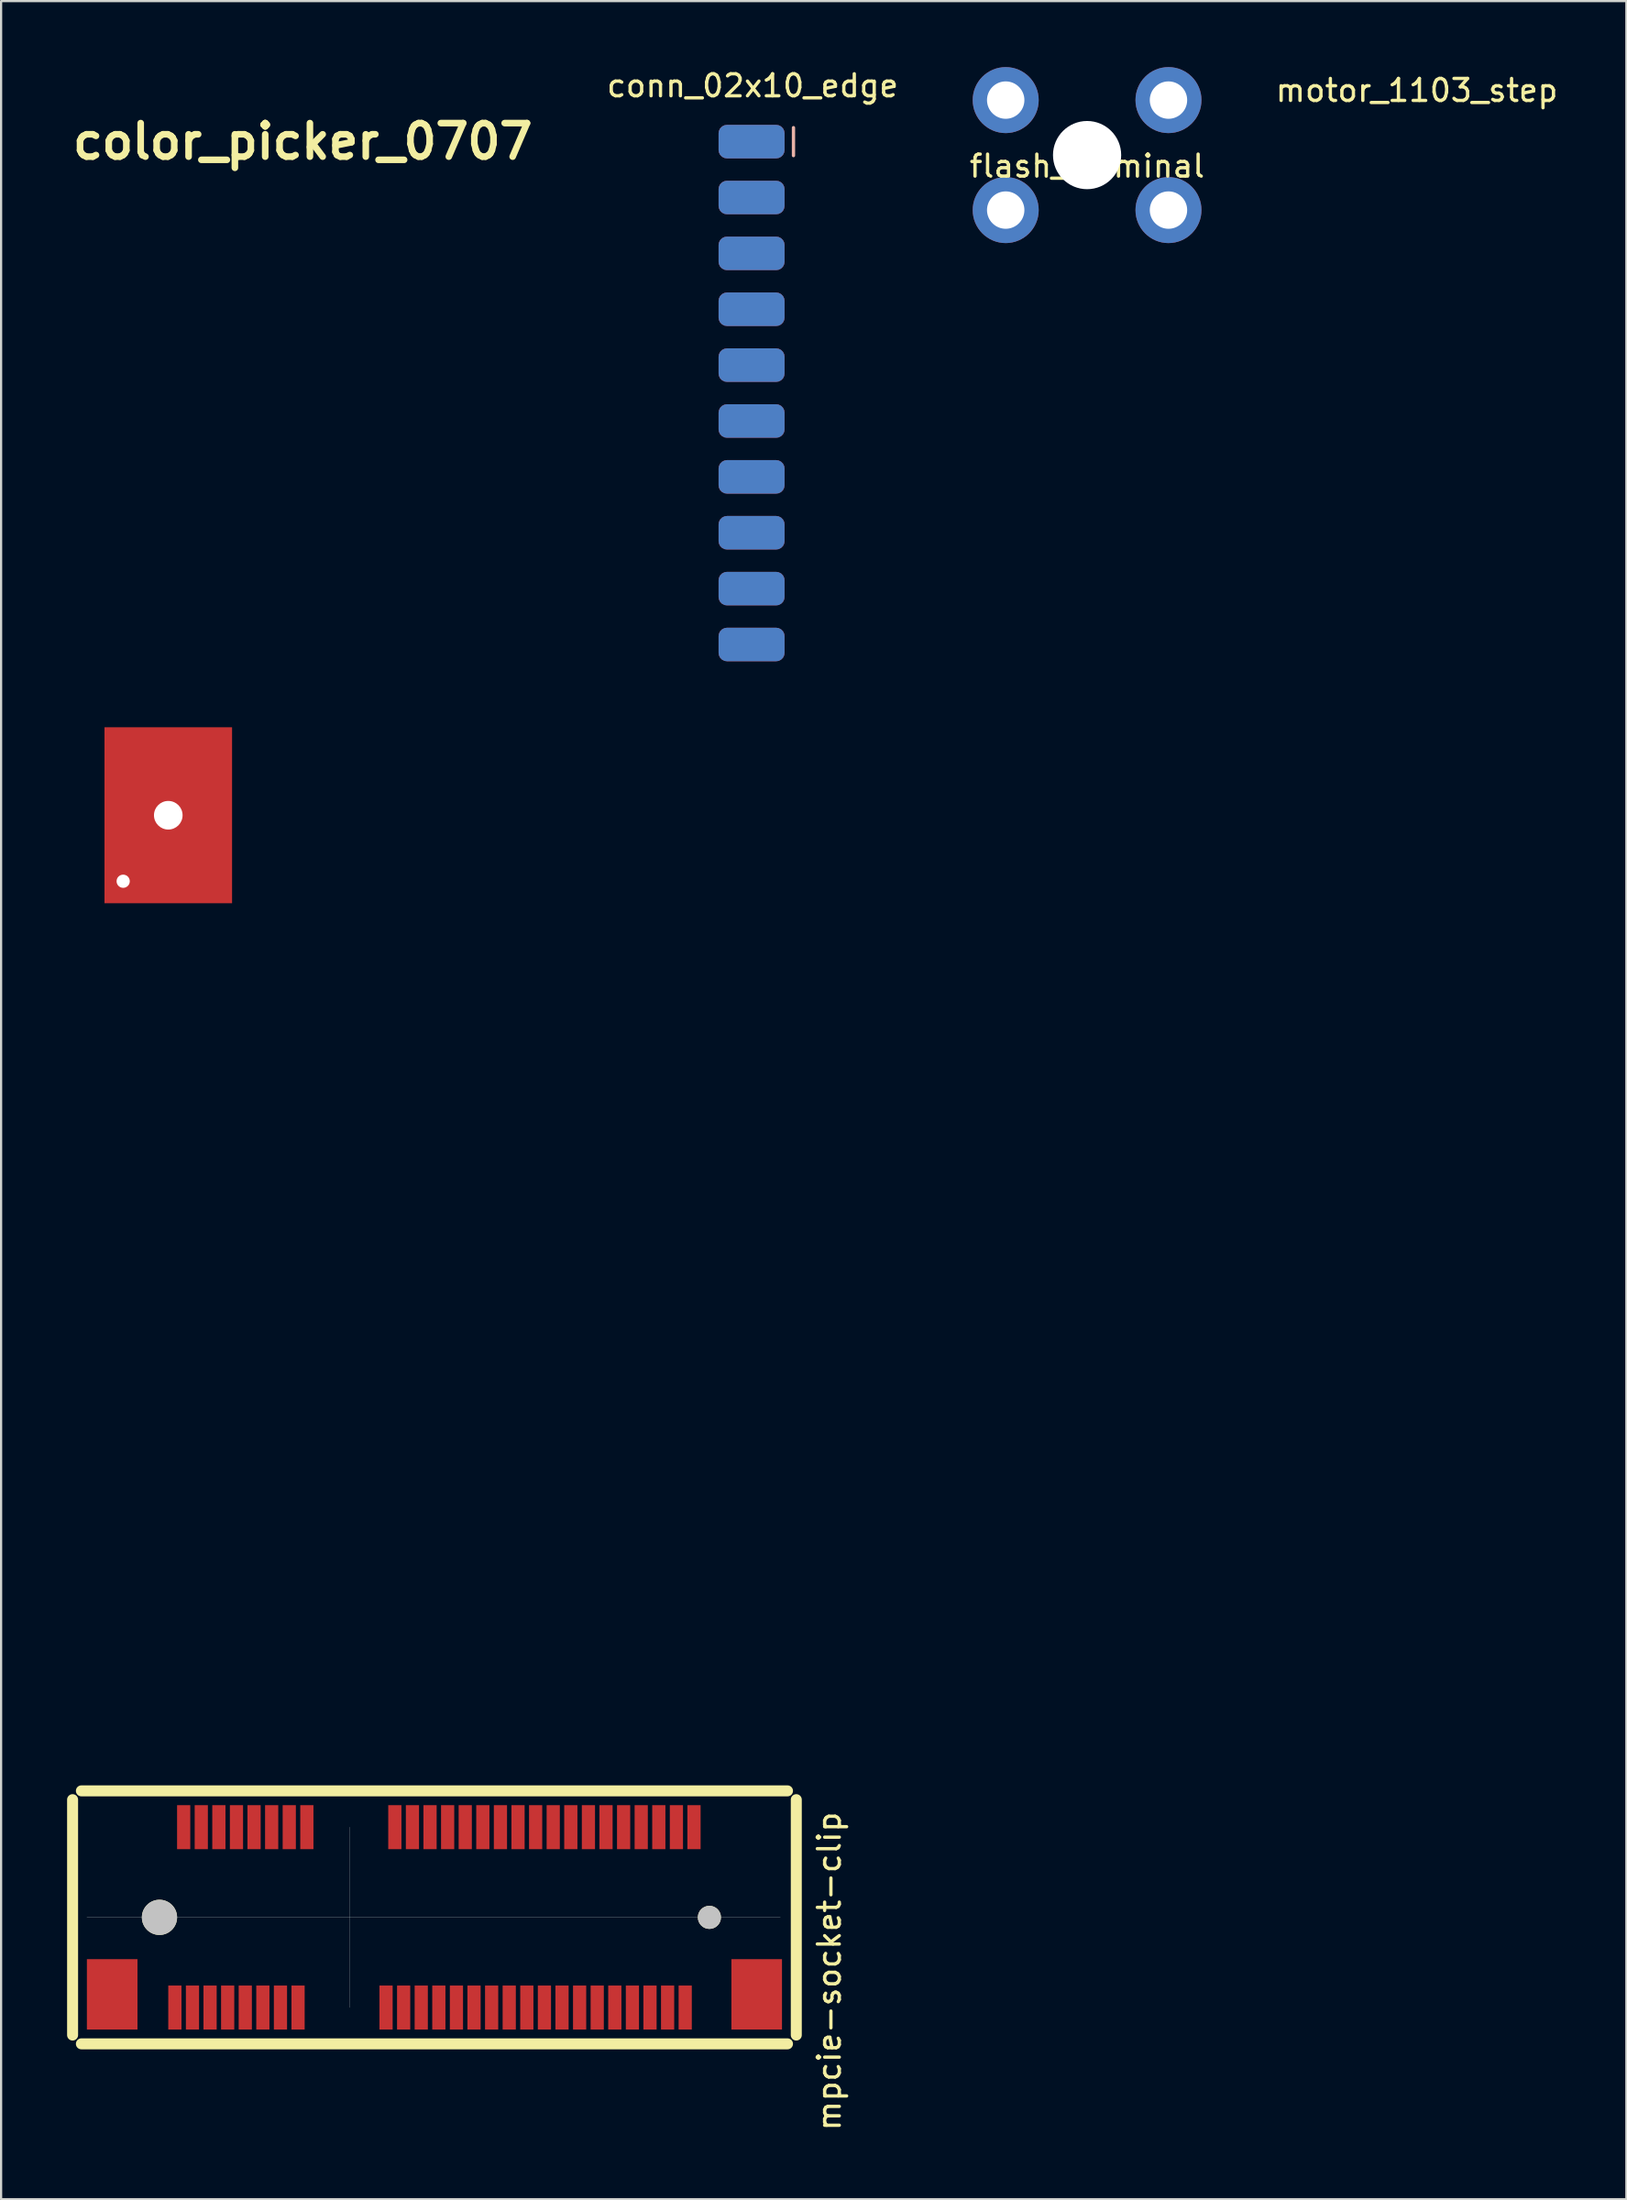
<source format=kicad_pcb>
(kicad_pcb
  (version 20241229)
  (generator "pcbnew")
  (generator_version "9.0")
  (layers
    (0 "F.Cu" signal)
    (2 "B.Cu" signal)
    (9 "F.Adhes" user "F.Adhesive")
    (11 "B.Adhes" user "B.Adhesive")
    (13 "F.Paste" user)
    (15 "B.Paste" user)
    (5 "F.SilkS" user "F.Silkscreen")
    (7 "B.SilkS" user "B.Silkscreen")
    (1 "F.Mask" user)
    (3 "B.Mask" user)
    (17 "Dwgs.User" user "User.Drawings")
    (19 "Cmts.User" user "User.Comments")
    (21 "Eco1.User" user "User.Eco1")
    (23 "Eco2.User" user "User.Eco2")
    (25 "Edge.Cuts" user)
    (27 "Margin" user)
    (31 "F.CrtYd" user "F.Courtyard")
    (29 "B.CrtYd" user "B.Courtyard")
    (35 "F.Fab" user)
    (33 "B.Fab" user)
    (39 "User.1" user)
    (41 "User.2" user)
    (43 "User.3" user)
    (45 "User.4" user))
  (footprint "color_picker_0707"
    (layer "F.Cu")
    (at 10.712 3.381)
    (property "Reference" "color_picker_0707" (at 0 0 0) (layer "F.SilkS") (effects (font (size 1.524 1.524) (thickness 0.3))))
    (attr through_hole)
    (fp_poly (pts (xy 2.515 -3.366) (xy 2.598 -3.346) (xy 2.809 -3.264) (xy 3 -3.132) (xy 3.164 -2.958) (xy 3.294 -2.746) (xy 3.298 -2.738) (xy 3.339 -2.64) (xy 3.362 -2.547) (xy 3.371 -2.434) (xy 3.373 -2.357) (xy 3.37 -2.253) (xy 3.358 -2.161) (xy 3.334 -2.074) (xy 3.294 -1.986) (xy 3.233 -1.891) (xy 3.147 -1.783) (xy 3.033 -1.655) (xy 2.885 -1.501) (xy 2.701 -1.315) (xy 2.692 -1.306) (xy 2.179 -0.791) (xy 2.232 -0.686) (xy 2.268 -0.603) (xy 2.282 -0.53) (xy 2.271 -0.458) (xy 2.229 -0.379) (xy 2.155 -0.284) (xy 2.043 -0.166) (xy 1.956 -0.08) (xy 1.811 0.054) (xy 1.692 0.143) (xy 1.591 0.189) (xy 1.5 0.193) (xy 1.413 0.158) (xy 1.322 0.083) (xy 1.289 0.051) (xy 1.181 -0.064) (xy -0.038 1.148) (xy -0.339 1.447) (xy -0.603 1.709) (xy -0.832 1.936) (xy -1.029 2.131) (xy -1.197 2.296) (xy -1.338 2.433) (xy -1.454 2.546) (xy -1.549 2.636) (xy -1.624 2.707) (xy -1.683 2.76) (xy -1.728 2.799) (xy -1.75 2.816) (xy -1.848 2.881) (xy -1.97 2.946) (xy -2.094 3) (xy -2.197 3.032) (xy -2.204 3.034) (xy -2.273 3.053) (xy -2.359 3.09) (xy -2.47 3.15) (xy -2.615 3.236) (xy -2.691 3.282) (xy -2.85 3.356) (xy -2.999 3.375) (xy -3.087 3.359) (xy -3.204 3.296) (xy -3.301 3.197) (xy -3.366 3.077) (xy -3.383 2.983) (xy -3.042 2.983) (xy -3.021 3.035) (xy -2.961 3.053) (xy -2.868 3.032) (xy -2.746 2.97) (xy -2.74 2.966) (xy -2.653 2.913) (xy -2.557 2.863) (xy -2.441 2.809) (xy -2.293 2.746) (xy -2.16 2.692) (xy -2.046 2.639) (xy -1.941 2.574) (xy -1.83 2.484) (xy -1.738 2.4) (xy -1.652 2.318) (xy -1.538 2.206) (xy -1.399 2.07) (xy -1.24 1.913) (xy -1.065 1.739) (xy -0.877 1.552) (xy -0.68 1.356) (xy -0.48 1.155) (xy -0.278 0.953) (xy -0.08 0.754) (xy 0.11 0.563) (xy 0.29 0.382) (xy 0.453 0.216) (xy 0.598 0.069) (xy 0.719 -0.054) (xy 0.813 -0.151) (xy 0.875 -0.217) (xy 0.902 -0.248) (xy 0.903 -0.25) (xy 0.884 -0.277) (xy 0.832 -0.337) (xy 0.754 -0.422) (xy 0.656 -0.525) (xy 0.59 -0.593) (xy 0.277 -0.913) (xy -1.157 0.524) (xy -1.438 0.806) (xy -1.682 1.051) (xy -1.891 1.263) (xy -2.069 1.444) (xy -2.218 1.598) (xy -2.342 1.728) (xy -2.442 1.838) (xy -2.521 1.93) (xy -2.583 2.007) (xy -2.63 2.074) (xy -2.664 2.133) (xy -2.69 2.187) (xy -2.708 2.24) (xy -2.723 2.295) (xy -2.737 2.354) (xy -2.738 2.356) (xy -2.797 2.535) (xy -2.899 2.715) (xy -2.954 2.791) (xy -3.022 2.901) (xy -3.042 2.983) (xy -3.383 2.983) (xy -3.387 2.966) (xy -3.377 2.884) (xy -3.346 2.793) (xy -3.288 2.683) (xy -3.215 2.568) (xy -3.152 2.459) (xy -3.087 2.326) (xy -3.038 2.204) (xy -2.99 2.081) (xy -2.937 1.96) (xy -2.89 1.866) (xy -2.89 1.866) (xy -2.855 1.82) (xy -2.782 1.737) (xy -2.673 1.62) (xy -2.531 1.469) (xy -2.357 1.289) (xy -2.153 1.08) (xy -1.923 0.845) (xy -1.667 0.586) (xy -1.389 0.306) (xy -1.367 0.284) (xy 0.082 -1.167) (xy -0.044 -1.284) (xy -0.132 -1.384) (xy -0.17 -1.48) (xy -0.162 -1.588) (xy -0.142 -1.648) (xy -0.106 -1.707) (xy -0.038 -1.792) (xy 0.052 -1.889) (xy 0.151 -1.988) (xy 0.249 -2.078) (xy 0.334 -2.146) (xy 0.35 -2.157) (xy 0.454 -2.213) (xy 0.549 -2.226) (xy 0.658 -2.199) (xy 0.687 -2.187) (xy 0.756 -2.16) (xy 0.801 -2.146) (xy 0.806 -2.145) (xy 0.83 -2.164) (xy 0.888 -2.218) (xy 0.975 -2.301) (xy 1.084 -2.407) (xy 1.211 -2.532) (xy 1.308 -2.629) (xy 1.496 -2.814) (xy 1.652 -2.963) (xy 1.782 -3.08) (xy 1.893 -3.17) (xy 1.99 -3.237) (xy 2.08 -3.286) (xy 2.169 -3.321) (xy 2.251 -3.345) (xy 2.356 -3.369) (xy 2.434 -3.376) (xy 2.515 -3.366)) (stroke (width 0.01) (type solid)) (fill yes) (layer "F.Mask")))
  (footprint "motor_1103_step"
    (layer "F.Cu")
    (at 61.358 0.56)
    (property "Reference" "motor_1103_step" (at 0 0.5 0) (layer "F.SilkS") (effects (font (size 1 1) (thickness 0.15))))
    (attr through_hole)
    (fp_circle (center 0 0) (end 0.5 0) (stroke (width 0.12) (type solid)) (fill no) (layer "Eco1.User")))
  (footprint "flash_terminal"
    (layer "F.Cu")
    (at 46.37 4)
    (property "Reference" "flash_terminal" (at 0 0.5 0) (layer "F.SilkS") (effects (font (size 1 1) (thickness 0.15))))
    (attr through_hole)
    (fp_line (start 0 -3.65) (end 0 -1.75) (stroke (width 0.12) (type solid)) (layer "Eco1.User"))
    (fp_line (start 0 1.75) (end 0 3.65) (stroke (width 0.12) (type solid)) (layer "Eco1.User"))
    (pad "" np_thru_hole circle (at 0 0) (size 3.1 3.1) (drill 3.1) (layers "*.Cu" "*.Mask"))
    (pad "1" thru_hole circle (at -3.7 -2.5) (size 3 3) (drill 1.7) (layers "*.Cu" "*.Mask"))
    (pad "1" thru_hole circle (at -3.7 2.5) (size 3 3) (drill 1.7) (layers "*.Cu" "*.Mask"))
    (pad "1" thru_hole circle (at 3.7 -2.5) (size 3 3) (drill 1.7) (layers "*.Cu" "*.Mask"))
    (pad "1" thru_hole circle (at 3.7 2.5) (size 3 3) (drill 1.7) (layers "*.Cu" "*.Mask")))
  (footprint "conn_02x10_edge"
    (layer "F.Cu")
    (at 31.117 14.818)
    (property "Reference" "conn_02x10_edge" (at 0.05 -13.97 0) (layer "F.SilkS") (effects (font (size 1 1) (thickness 0.15))))
    (attr through_hole)
    (fp_line (start 1.905 -12.065) (end 1.905 -10.795) (stroke (width 0.15) (type solid)) (layer "B.SilkS"))
    (pad "1" smd roundrect (at 0 -11.43) (size 3 1.524) (layers "B.Cu" "B.Mask") (roundrect_rratio 0.25))
    (pad "2" smd roundrect (at 0 -11.43) (size 3 1.524) (layers "F.Cu" "F.Mask") (roundrect_rratio 0.25))
    (pad "3" smd roundrect (at 0 -8.89) (size 3 1.524) (layers "B.Cu" "B.Mask") (roundrect_rratio 0.25))
    (pad "4" smd roundrect (at 0 -8.89) (size 3 1.524) (layers "F.Cu" "F.Mask") (roundrect_rratio 0.25))
    (pad "5" smd roundrect (at 0 -6.35) (size 3 1.524) (layers "B.Cu" "B.Mask") (roundrect_rratio 0.25))
    (pad "6" smd roundrect (at 0 -6.35) (size 3 1.524) (layers "F.Cu" "F.Mask") (roundrect_rratio 0.25))
    (pad "7" smd roundrect (at 0 -3.81) (size 3 1.524) (layers "B.Cu" "B.Mask") (roundrect_rratio 0.25))
    (pad "8" smd roundrect (at 0 -3.81) (size 3 1.524) (layers "F.Cu" "F.Mask") (roundrect_rratio 0.25))
    (pad "9" smd roundrect (at 0 -1.27) (size 3 1.524) (layers "B.Cu" "B.Mask") (roundrect_rratio 0.25))
    (pad "10" smd roundrect (at 0 -1.27) (size 3 1.524) (layers "F.Cu" "F.Mask") (roundrect_rratio 0.25))
    (pad "11" smd roundrect (at 0 1.27) (size 3 1.524) (layers "B.Cu" "B.Mask") (roundrect_rratio 0.25))
    (pad "12" smd roundrect (at 0 1.27) (size 3 1.524) (layers "F.Cu" "F.Mask") (roundrect_rratio 0.25))
    (pad "13" smd roundrect (at 0 3.81) (size 3 1.524) (layers "B.Cu" "B.Mask") (roundrect_rratio 0.25))
    (pad "14" smd roundrect (at 0 3.81) (size 3 1.524) (layers "F.Cu" "F.Mask") (roundrect_rratio 0.25))
    (pad "15" smd roundrect (at 0 6.35) (size 3 1.524) (layers "B.Cu" "B.Mask") (roundrect_rratio 0.25))
    (pad "16" smd roundrect (at 0 6.35) (size 3 1.524) (layers "F.Cu" "F.Mask") (roundrect_rratio 0.25))
    (pad "17" smd roundrect (at 0 8.89) (size 3 1.524) (layers "B.Cu" "B.Mask") (roundrect_rratio 0.25))
    (pad "18" smd roundrect (at 0 8.89) (size 3 1.524) (layers "F.Cu" "F.Mask") (roundrect_rratio 0.25))
    (pad "19" smd roundrect (at 0 11.43) (size 3 1.524) (layers "B.Cu" "B.Mask") (roundrect_rratio 0.25))
    (pad "20" smd roundrect (at 0 11.43) (size 3 1.524) (layers "F.Cu" "F.Mask") (roundrect_rratio 0.25)))
  (footprint "mpcie-socket-clip"
    (layer "F.Cu")
    (at 4.2 84.11)
    (property "Reference" "mpcie-socket-clip" (at 30.45 2.45 90) (layer "F.SilkS") (effects (font (size 1 1) (thickness 0.15))))
    (attr through_hole)
    (fp_line (start -3.95 -5.35) (end -3.95 5.35) (stroke (width 0.5) (type solid)) (layer "F.SilkS"))
    (fp_line (start -3.55 5.75) (end 28.55 5.75) (stroke (width 0.5) (type solid)) (layer "F.SilkS"))
    (fp_line (start 28.55 -5.75) (end -3.55 -5.75) (stroke (width 0.5) (type solid)) (layer "F.SilkS"))
    (fp_line (start 28.95 5.35) (end 28.95 -5.35) (stroke (width 0.5) (type solid)) (layer "F.SilkS"))
    (fp_line (start -3.3 0) (end 28.225 0) (stroke (width 0.01) (type solid)) (layer "Dwgs.User"))
    (fp_line (start 8.65 4.1) (end 8.65 -4.1) (stroke (width 0.01) (type solid)) (layer "Dwgs.User"))
    (pad "" smd rect (at -2.15 3.5) (size 2.3 3.2) (layers "F.Cu" "F.Mask" "F.Paste"))
    (pad "" np_thru_hole rect (at -1.65 -47.1) (size 1 1) (drill 0.6) (layers "F.Cu" "F.Mask"))
    (pad "" connect circle (at 0 0) (size 1.6 1.6) (layers "F.SilkS" "Dwgs.User"))
    (pad "" np_thru_hole rect (at 0.4 -50.1) (size 5.8 8) (drill 1.3) (layers "F.Cu" "F.Mask"))
    (pad "" connect circle (at 25 0) (size 1.05 1.05) (layers "F.SilkS" "Dwgs.User"))
    (pad "" smd rect (at 27.15 3.5) (size 2.3 3.2) (layers "F.Cu" "F.Mask" "F.Paste"))
    (pad "1" smd rect (at 0.7 4.1) (size 0.6 2) (layers "F.Cu" "F.Mask" "F.Paste"))
    (pad "2" smd rect (at 1.1 -4.1) (size 0.6 2) (layers "F.Cu" "F.Mask" "F.Paste"))
    (pad "3" smd rect (at 1.5 4.1) (size 0.6 2) (layers "F.Cu" "F.Mask" "F.Paste"))
    (pad "4" smd rect (at 1.9 -4.1) (size 0.6 2) (layers "F.Cu" "F.Mask" "F.Paste"))
    (pad "5" smd rect (at 2.3 4.1) (size 0.6 2) (layers "F.Cu" "F.Mask" "F.Paste"))
    (pad "6" smd rect (at 2.7 -4.1) (size 0.6 2) (layers "F.Cu" "F.Mask" "F.Paste"))
    (pad "7" smd rect (at 3.1 4.1) (size 0.6 2) (layers "F.Cu" "F.Mask" "F.Paste"))
    (pad "8" smd rect (at 3.5 -4.1) (size 0.6 2) (layers "F.Cu" "F.Mask" "F.Paste"))
    (pad "9" smd rect (at 3.9 4.1) (size 0.6 2) (layers "F.Cu" "F.Mask" "F.Paste"))
    (pad "10" smd rect (at 4.3 -4.1) (size 0.6 2) (layers "F.Cu" "F.Mask" "F.Paste"))
    (pad "11" smd rect (at 4.7 4.1) (size 0.6 2) (layers "F.Cu" "F.Mask" "F.Paste"))
    (pad "12" smd rect (at 5.1 -4.1) (size 0.6 2) (layers "F.Cu" "F.Mask" "F.Paste"))
    (pad "13" smd rect (at 5.5 4.1) (size 0.6 2) (layers "F.Cu" "F.Mask" "F.Paste"))
    (pad "14" smd rect (at 5.9 -4.1) (size 0.6 2) (layers "F.Cu" "F.Mask" "F.Paste"))
    (pad "15" smd rect (at 6.3 4.1) (size 0.6 2) (layers "F.Cu" "F.Mask" "F.Paste"))
    (pad "16" smd rect (at 6.7 -4.1) (size 0.6 2) (layers "F.Cu" "F.Mask" "F.Paste"))
    (pad "17" smd rect (at 10.3 4.1) (size 0.6 2) (layers "F.Cu" "F.Mask" "F.Paste"))
    (pad "18" smd rect (at 10.7 -4.1) (size 0.6 2) (layers "F.Cu" "F.Mask" "F.Paste"))
    (pad "19" smd rect (at 11.1 4.1) (size 0.6 2) (layers "F.Cu" "F.Mask" "F.Paste"))
    (pad "20" smd rect (at 11.5 -4.1) (size 0.6 2) (layers "F.Cu" "F.Mask" "F.Paste"))
    (pad "21" smd rect (at 11.9 4.1) (size 0.6 2) (layers "F.Cu" "F.Mask" "F.Paste"))
    (pad "22" smd rect (at 12.3 -4.1) (size 0.6 2) (layers "F.Cu" "F.Mask" "F.Paste"))
    (pad "23" smd rect (at 12.7 4.1) (size 0.6 2) (layers "F.Cu" "F.Mask" "F.Paste"))
    (pad "24" smd rect (at 13.1 -4.1) (size 0.6 2) (layers "F.Cu" "F.Mask" "F.Paste"))
    (pad "25" smd rect (at 13.5 4.1) (size 0.6 2) (layers "F.Cu" "F.Mask" "F.Paste"))
    (pad "26" smd rect (at 13.9 -4.1) (size 0.6 2) (layers "F.Cu" "F.Mask" "F.Paste"))
    (pad "27" smd rect (at 14.3 4.1) (size 0.6 2) (layers "F.Cu" "F.Mask" "F.Paste"))
    (pad "28" smd rect (at 14.7 -4.1) (size 0.6 2) (layers "F.Cu" "F.Mask" "F.Paste"))
    (pad "29" smd rect (at 15.1 4.1) (size 0.6 2) (layers "F.Cu" "F.Mask" "F.Paste"))
    (pad "30" smd rect (at 15.5 -4.1) (size 0.6 2) (layers "F.Cu" "F.Mask" "F.Paste"))
    (pad "31" smd rect (at 15.9 4.1) (size 0.6 2) (layers "F.Cu" "F.Mask" "F.Paste"))
    (pad "32" smd rect (at 16.3 -4.1) (size 0.6 2) (layers "F.Cu" "F.Mask" "F.Paste"))
    (pad "33" smd rect (at 16.7 4.1) (size 0.6 2) (layers "F.Cu" "F.Mask" "F.Paste"))
    (pad "34" smd rect (at 17.1 -4.1) (size 0.6 2) (layers "F.Cu" "F.Mask" "F.Paste"))
    (pad "35" smd rect (at 17.5 4.1) (size 0.6 2) (layers "F.Cu" "F.Mask" "F.Paste"))
    (pad "36" smd rect (at 17.9 -4.1) (size 0.6 2) (layers "F.Cu" "F.Mask" "F.Paste"))
    (pad "37" smd rect (at 18.3 4.1) (size 0.6 2) (layers "F.Cu" "F.Mask" "F.Paste"))
    (pad "38" smd rect (at 18.7 -4.1) (size 0.6 2) (layers "F.Cu" "F.Mask" "F.Paste"))
    (pad "39" smd rect (at 19.1 4.1) (size 0.6 2) (layers "F.Cu" "F.Mask" "F.Paste"))
    (pad "40" smd rect (at 19.5 -4.1) (size 0.6 2) (layers "F.Cu" "F.Mask" "F.Paste"))
    (pad "41" smd rect (at 19.9 4.1) (size 0.6 2) (layers "F.Cu" "F.Mask" "F.Paste"))
    (pad "42" smd rect (at 20.3 -4.1) (size 0.6 2) (layers "F.Cu" "F.Mask" "F.Paste"))
    (pad "43" smd rect (at 20.7 4.1) (size 0.6 2) (layers "F.Cu" "F.Mask" "F.Paste"))
    (pad "44" smd rect (at 21.1 -4.1) (size 0.6 2) (layers "F.Cu" "F.Mask" "F.Paste"))
    (pad "45" smd rect (at 21.5 4.1) (size 0.6 2) (layers "F.Cu" "F.Mask" "F.Paste"))
    (pad "46" smd rect (at 21.9 -4.1) (size 0.6 2) (layers "F.Cu" "F.Mask" "F.Paste"))
    (pad "47" smd rect (at 22.3 4.1) (size 0.6 2) (layers "F.Cu" "F.Mask" "F.Paste"))
    (pad "48" smd rect (at 22.7 -4.1) (size 0.6 2) (layers "F.Cu" "F.Mask" "F.Paste"))
    (pad "49" smd rect (at 23.1 4.1) (size 0.6 2) (layers "F.Cu" "F.Mask" "F.Paste"))
    (pad "50" smd rect (at 23.5 -4.1) (size 0.6 2) (layers "F.Cu" "F.Mask" "F.Paste"))
    (pad "51" smd rect (at 23.9 4.1) (size 0.6 2) (layers "F.Cu" "F.Mask" "F.Paste"))
    (pad "52" smd rect (at 24.3 -4.1) (size 0.6 2) (layers "F.Cu" "F.Mask" "F.Paste")))
  (gr_rect
    (start -3 -3)
    (end 70.887 96.923)
    (stroke (width 0.1) (type default))
    (fill no)
    (layer "Edge.Cuts")))
</source>
